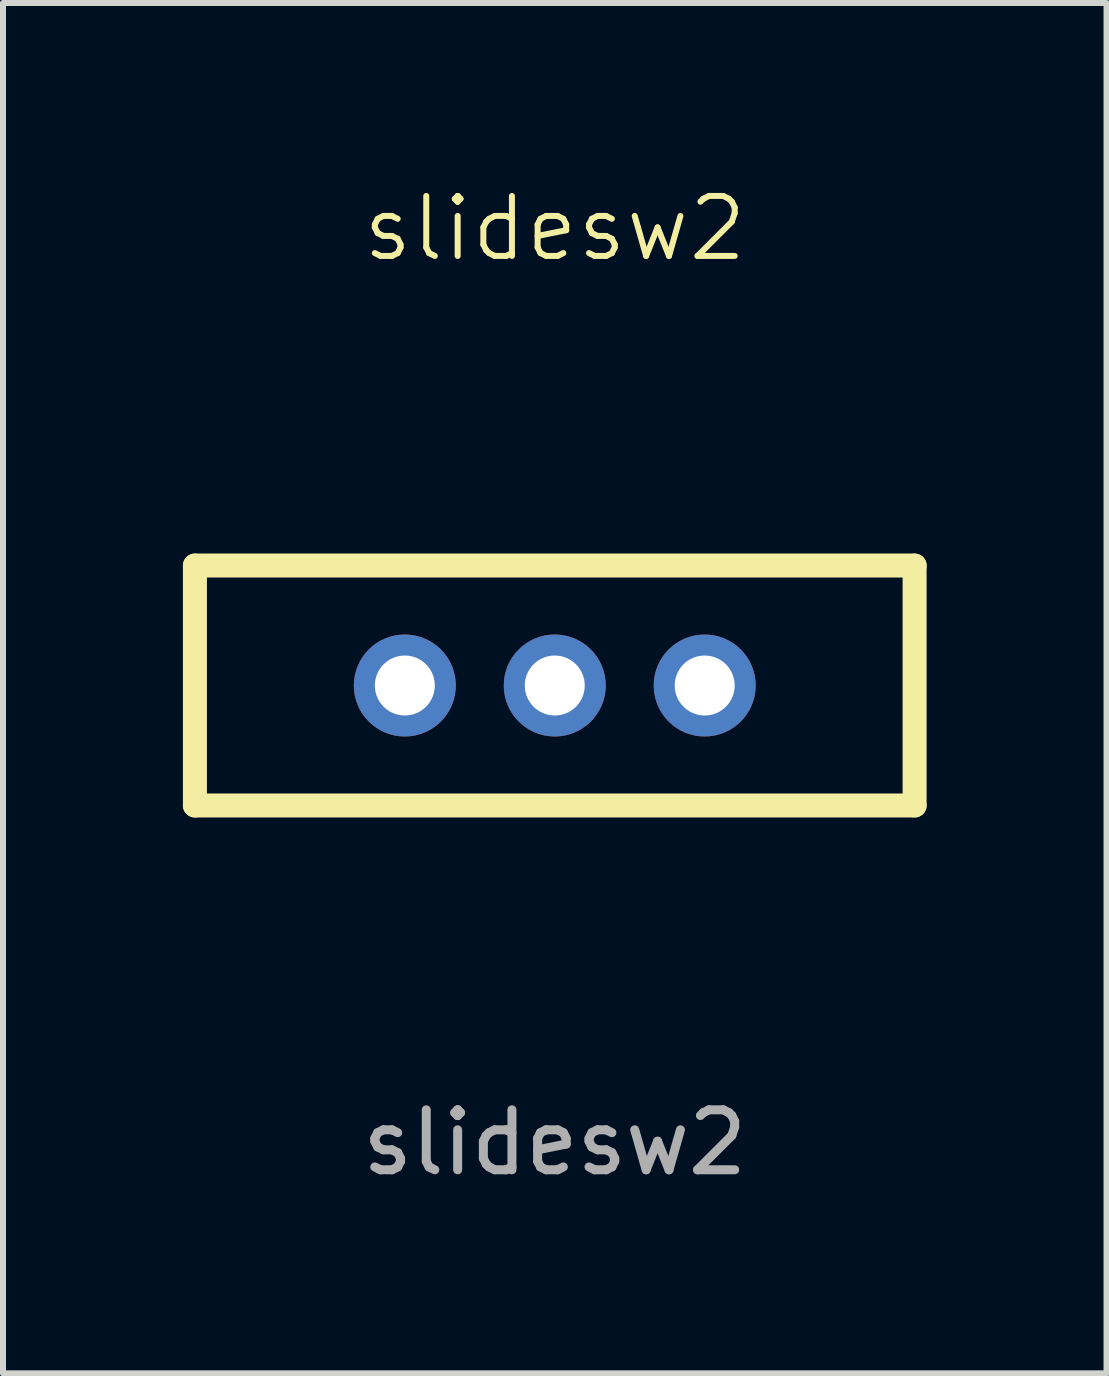
<source format=kicad_pcb>
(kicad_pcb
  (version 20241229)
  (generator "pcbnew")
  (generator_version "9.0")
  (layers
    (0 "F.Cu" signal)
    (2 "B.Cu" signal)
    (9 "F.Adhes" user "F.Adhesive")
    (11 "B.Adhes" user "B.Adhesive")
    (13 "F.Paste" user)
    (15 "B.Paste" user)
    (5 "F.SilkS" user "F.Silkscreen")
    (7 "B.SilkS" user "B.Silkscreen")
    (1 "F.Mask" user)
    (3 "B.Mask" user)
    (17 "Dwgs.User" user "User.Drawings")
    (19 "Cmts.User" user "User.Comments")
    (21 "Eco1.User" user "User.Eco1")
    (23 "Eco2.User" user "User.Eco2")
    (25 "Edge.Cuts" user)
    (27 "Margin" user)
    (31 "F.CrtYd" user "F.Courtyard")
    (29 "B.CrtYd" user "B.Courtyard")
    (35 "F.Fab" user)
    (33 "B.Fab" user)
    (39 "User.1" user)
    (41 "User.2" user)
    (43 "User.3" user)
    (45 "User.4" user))
  (footprint "slidesw2"
    (layer "F.Cu")
    (at 6.2 8.38)
    (property "Reference" "slidesw2" (at 0 -7.62 0) (unlocked yes) (layer "F.SilkS") (effects (font (size 1 1) (thickness 0.1))))
    (attr through_hole)
    (fp_line (start -6 -2) (end -6 2) (stroke (width 0.4) (type default)) (layer "F.SilkS"))
    (fp_line (start -6 2) (end 6 2) (stroke (width 0.4) (type default)) (layer "F.SilkS"))
    (fp_line (start 6 -2) (end -6 -2) (stroke (width 0.4) (type default)) (layer "F.SilkS"))
    (fp_line (start 6 2) (end 6 -2) (stroke (width 0.4) (type default)) (layer "F.SilkS"))
    (fp_text user "${REFERENCE}" (at 0 7.62 0) (unlocked yes) (layer "F.Fab") (effects (font (size 1 1) (thickness 0.15))))
    (pad "1" thru_hole circle (at -2.5 0) (size 1.7 1.7) (drill 1) (layers "*.Cu" "*.Mask"))
    (pad "2" thru_hole circle (at 0 0) (size 1.7 1.7) (drill 1) (layers "*.Cu" "*.Mask"))
    (pad "3" thru_hole circle (at 2.5 0) (size 1.7 1.7) (drill 1) (layers "*.Cu" "*.Mask")))
  (gr_rect
    (start -3 -3)
    (end 15.4 19.849)
    (stroke (width 0.1) (type default))
    (fill no)
    (layer "Edge.Cuts")))
</source>
